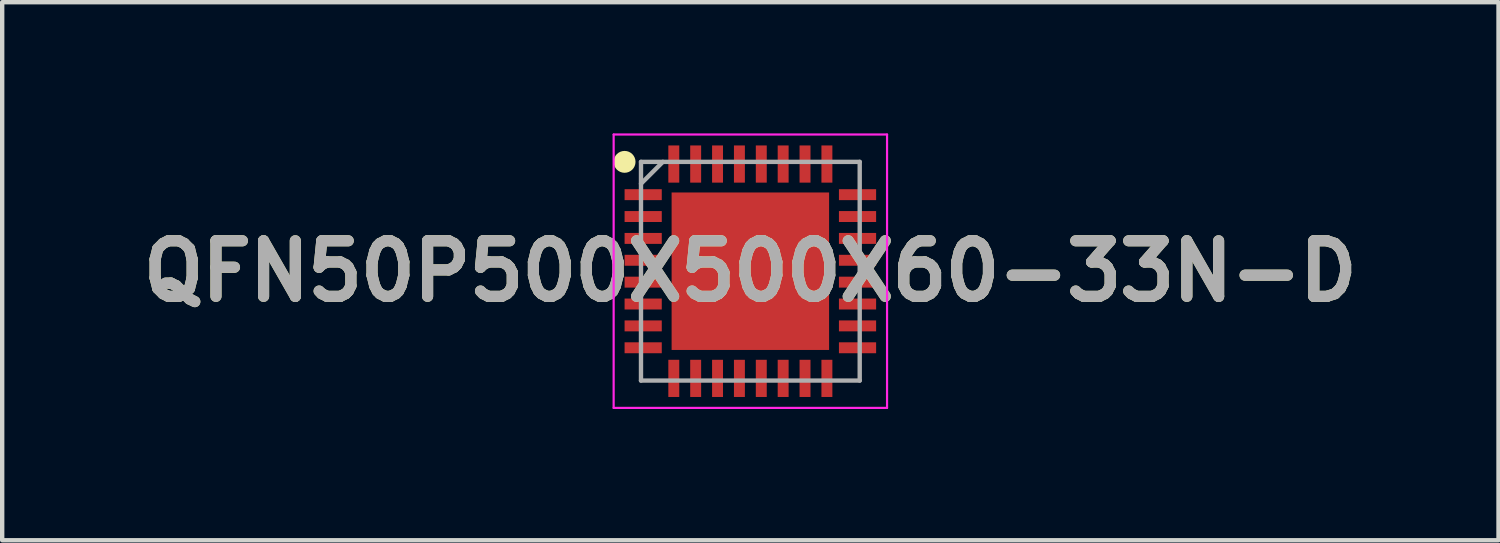
<source format=kicad_pcb>
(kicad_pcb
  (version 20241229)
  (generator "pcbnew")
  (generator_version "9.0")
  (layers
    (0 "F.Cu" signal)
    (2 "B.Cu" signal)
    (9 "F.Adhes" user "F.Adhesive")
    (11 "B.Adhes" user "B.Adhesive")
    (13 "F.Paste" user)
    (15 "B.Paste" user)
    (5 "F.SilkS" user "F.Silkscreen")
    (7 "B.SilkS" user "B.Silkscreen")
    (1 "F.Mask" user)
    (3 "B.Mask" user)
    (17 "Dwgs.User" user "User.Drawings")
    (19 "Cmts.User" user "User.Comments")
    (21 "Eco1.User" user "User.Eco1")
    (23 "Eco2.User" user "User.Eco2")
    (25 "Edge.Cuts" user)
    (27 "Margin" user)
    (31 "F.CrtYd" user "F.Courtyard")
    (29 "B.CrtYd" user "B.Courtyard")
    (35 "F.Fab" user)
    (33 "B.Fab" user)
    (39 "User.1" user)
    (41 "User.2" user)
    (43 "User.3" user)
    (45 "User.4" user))
  (footprint "QFN50P500X500X60-33N-D"
    (layer "F.Cu")
    (at 14.103 3.15)
    (property "Reference" "QFN50P500X500X60-33N-D" (at 0 0 0) (layer "F.SilkS") (effects (font (size 1.27 1.27) (thickness 0.254))))
    (attr smd)
    (fp_circle (center -2.875 -2.5) (end -2.875 -2.375) (stroke (width 0.25) (type solid)) (fill no) (layer "F.SilkS"))
    (fp_line (start -3.125 -3.125) (end 3.125 -3.125) (stroke (width 0.05) (type solid)) (layer "F.CrtYd"))
    (fp_line (start -3.125 3.125) (end -3.125 -3.125) (stroke (width 0.05) (type solid)) (layer "F.CrtYd"))
    (fp_line (start 3.125 -3.125) (end 3.125 3.125) (stroke (width 0.05) (type solid)) (layer "F.CrtYd"))
    (fp_line (start 3.125 3.125) (end -3.125 3.125) (stroke (width 0.05) (type solid)) (layer "F.CrtYd"))
    (fp_line (start -2.5 -2.5) (end 2.5 -2.5) (stroke (width 0.1) (type solid)) (layer "F.Fab"))
    (fp_line (start -2.5 -2) (end -2 -2.5) (stroke (width 0.1) (type solid)) (layer "F.Fab"))
    (fp_line (start -2.5 2.5) (end -2.5 -2.5) (stroke (width 0.1) (type solid)) (layer "F.Fab"))
    (fp_line (start 2.5 -2.5) (end 2.5 2.5) (stroke (width 0.1) (type solid)) (layer "F.Fab"))
    (fp_line (start 2.5 2.5) (end -2.5 2.5) (stroke (width 0.1) (type solid)) (layer "F.Fab"))
    (fp_text user "${REFERENCE}" (at 0 0 0) (layer "F.Fab") (effects (font (size 1.27 1.27) (thickness 0.254))))
    (pad "1" smd rect (at -2.45 -1.75 90) (size 0.25 0.85) (layers "F.Cu" "F.Mask" "F.Paste"))
    (pad "2" smd rect (at -2.45 -1.25 90) (size 0.25 0.85) (layers "F.Cu" "F.Mask" "F.Paste"))
    (pad "3" smd rect (at -2.45 -0.75 90) (size 0.25 0.85) (layers "F.Cu" "F.Mask" "F.Paste"))
    (pad "4" smd rect (at -2.45 -0.25 90) (size 0.25 0.85) (layers "F.Cu" "F.Mask" "F.Paste"))
    (pad "5" smd rect (at -2.45 0.25 90) (size 0.25 0.85) (layers "F.Cu" "F.Mask" "F.Paste"))
    (pad "6" smd rect (at -2.45 0.75 90) (size 0.25 0.85) (layers "F.Cu" "F.Mask" "F.Paste"))
    (pad "7" smd rect (at -2.45 1.25 90) (size 0.25 0.85) (layers "F.Cu" "F.Mask" "F.Paste"))
    (pad "8" smd rect (at -2.45 1.75 90) (size 0.25 0.85) (layers "F.Cu" "F.Mask" "F.Paste"))
    (pad "9" smd rect (at -1.75 2.45) (size 0.25 0.85) (layers "F.Cu" "F.Mask" "F.Paste"))
    (pad "10" smd rect (at -1.25 2.45) (size 0.25 0.85) (layers "F.Cu" "F.Mask" "F.Paste"))
    (pad "11" smd rect (at -0.75 2.45) (size 0.25 0.85) (layers "F.Cu" "F.Mask" "F.Paste"))
    (pad "12" smd rect (at -0.25 2.45) (size 0.25 0.85) (layers "F.Cu" "F.Mask" "F.Paste"))
    (pad "13" smd rect (at 0.25 2.45) (size 0.25 0.85) (layers "F.Cu" "F.Mask" "F.Paste"))
    (pad "14" smd rect (at 0.75 2.45) (size 0.25 0.85) (layers "F.Cu" "F.Mask" "F.Paste"))
    (pad "15" smd rect (at 1.25 2.45) (size 0.25 0.85) (layers "F.Cu" "F.Mask" "F.Paste"))
    (pad "16" smd rect (at 1.75 2.45) (size 0.25 0.85) (layers "F.Cu" "F.Mask" "F.Paste"))
    (pad "17" smd rect (at 2.45 1.75 90) (size 0.25 0.85) (layers "F.Cu" "F.Mask" "F.Paste"))
    (pad "18" smd rect (at 2.45 1.25 90) (size 0.25 0.85) (layers "F.Cu" "F.Mask" "F.Paste"))
    (pad "19" smd rect (at 2.45 0.75 90) (size 0.25 0.85) (layers "F.Cu" "F.Mask" "F.Paste"))
    (pad "20" smd rect (at 2.45 0.25 90) (size 0.25 0.85) (layers "F.Cu" "F.Mask" "F.Paste"))
    (pad "21" smd rect (at 2.45 -0.25 90) (size 0.25 0.85) (layers "F.Cu" "F.Mask" "F.Paste"))
    (pad "22" smd rect (at 2.45 -0.75 90) (size 0.25 0.85) (layers "F.Cu" "F.Mask" "F.Paste"))
    (pad "23" smd rect (at 2.45 -1.25 90) (size 0.25 0.85) (layers "F.Cu" "F.Mask" "F.Paste"))
    (pad "24" smd rect (at 2.45 -1.75 90) (size 0.25 0.85) (layers "F.Cu" "F.Mask" "F.Paste"))
    (pad "25" smd rect (at 1.75 -2.45) (size 0.25 0.85) (layers "F.Cu" "F.Mask" "F.Paste"))
    (pad "26" smd rect (at 1.25 -2.45) (size 0.25 0.85) (layers "F.Cu" "F.Mask" "F.Paste"))
    (pad "27" smd rect (at 0.75 -2.45) (size 0.25 0.85) (layers "F.Cu" "F.Mask" "F.Paste"))
    (pad "28" smd rect (at 0.25 -2.45) (size 0.25 0.85) (layers "F.Cu" "F.Mask" "F.Paste"))
    (pad "29" smd rect (at -0.25 -2.45) (size 0.25 0.85) (layers "F.Cu" "F.Mask" "F.Paste"))
    (pad "30" smd rect (at -0.75 -2.45) (size 0.25 0.85) (layers "F.Cu" "F.Mask" "F.Paste"))
    (pad "31" smd rect (at -1.25 -2.45) (size 0.25 0.85) (layers "F.Cu" "F.Mask" "F.Paste"))
    (pad "32" smd rect (at -1.75 -2.45) (size 0.25 0.85) (layers "F.Cu" "F.Mask" "F.Paste"))
    (pad "33" smd rect (at 0 0) (size 3.6 3.6) (layers "F.Cu" "F.Mask" "F.Paste")))
  (gr_rect
    (start -3 -3)
    (end 31.206 9.3)
    (stroke (width 0.1) (type default))
    (fill no)
    (layer "Edge.Cuts")))
</source>
